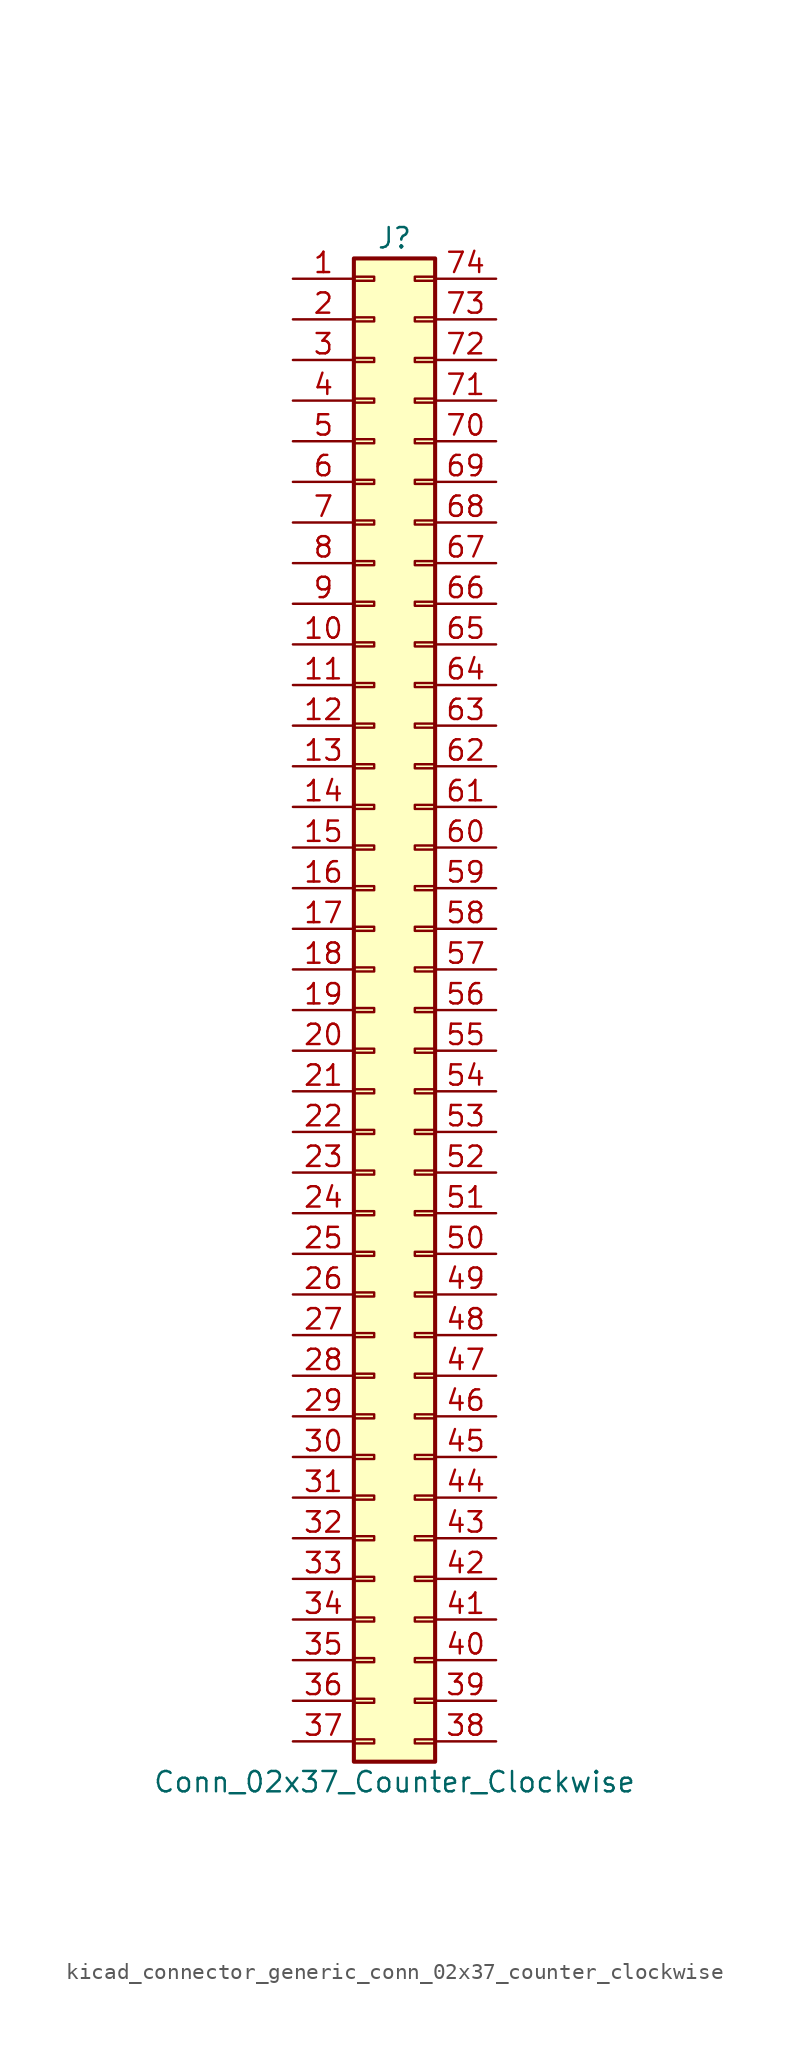
<source format=kicad_sym>
(kicad_symbol_lib
  (version 20220914)
  (generator kicad_symbol_editor)
  (symbol "kicad_connector_generic_conn_02x37_counter_clockwise"
    (pin_names
      (offset 1.016) hide)
    (property "Reference" "J"
      (at 1.27 48.26 0)
      (effects (font (size 1.27 1.27))))
    (property "Value" "Conn_02x37_Counter_Clockwise"
      (at 1.27 -48.26 0)
      (effects (font (size 1.27 1.27))))
    (symbol "kicad_connector_generic_conn_02x37_counter_clockwise_1_1"
      (rectangle (start -1.27 -45.593) (end 0 -45.847) (stroke (width 0.152) (type default)) (fill (type none)))
      (rectangle (start -1.27 -43.053) (end 0 -43.307) (stroke (width 0.152) (type default)) (fill (type none)))
      (rectangle (start -1.27 -40.513) (end 0 -40.767) (stroke (width 0.152) (type default)) (fill (type none)))
      (rectangle (start -1.27 -37.973) (end 0 -38.227) (stroke (width 0.152) (type default)) (fill (type none)))
      (rectangle (start -1.27 -35.433) (end 0 -35.687) (stroke (width 0.152) (type default)) (fill (type none)))
      (rectangle (start -1.27 -32.893) (end 0 -33.147) (stroke (width 0.152) (type default)) (fill (type none)))
      (rectangle (start -1.27 -30.353) (end 0 -30.607) (stroke (width 0.152) (type default)) (fill (type none)))
      (rectangle (start -1.27 -27.813) (end 0 -28.067) (stroke (width 0.152) (type default)) (fill (type none)))
      (rectangle (start -1.27 -25.273) (end 0 -25.527) (stroke (width 0.152) (type default)) (fill (type none)))
      (rectangle (start -1.27 -22.733) (end 0 -22.987) (stroke (width 0.152) (type default)) (fill (type none)))
      (rectangle (start -1.27 -20.193) (end 0 -20.447) (stroke (width 0.152) (type default)) (fill (type none)))
      (rectangle (start -1.27 -17.653) (end 0 -17.907) (stroke (width 0.152) (type default)) (fill (type none)))
      (rectangle (start -1.27 -15.113) (end 0 -15.367) (stroke (width 0.152) (type default)) (fill (type none)))
      (rectangle (start -1.27 -12.573) (end 0 -12.827) (stroke (width 0.152) (type default)) (fill (type none)))
      (rectangle (start -1.27 -10.033) (end 0 -10.287) (stroke (width 0.152) (type default)) (fill (type none)))
      (rectangle (start -1.27 -7.493) (end 0 -7.747) (stroke (width 0.152) (type default)) (fill (type none)))
      (rectangle (start -1.27 -4.953) (end 0 -5.207) (stroke (width 0.152) (type default)) (fill (type none)))
      (rectangle (start -1.27 -2.413) (end 0 -2.667) (stroke (width 0.152) (type default)) (fill (type none)))
      (rectangle (start -1.27 0.127) (end 0 -0.127) (stroke (width 0.152) (type default)) (fill (type none)))
      (rectangle (start -1.27 2.667) (end 0 2.413) (stroke (width 0.152) (type default)) (fill (type none)))
      (rectangle (start -1.27 5.207) (end 0 4.953) (stroke (width 0.152) (type default)) (fill (type none)))
      (rectangle (start -1.27 7.747) (end 0 7.493) (stroke (width 0.152) (type default)) (fill (type none)))
      (rectangle (start -1.27 10.287) (end 0 10.033) (stroke (width 0.152) (type default)) (fill (type none)))
      (rectangle (start -1.27 12.827) (end 0 12.573) (stroke (width 0.152) (type default)) (fill (type none)))
      (rectangle (start -1.27 15.367) (end 0 15.113) (stroke (width 0.152) (type default)) (fill (type none)))
      (rectangle (start -1.27 17.907) (end 0 17.653) (stroke (width 0.152) (type default)) (fill (type none)))
      (rectangle (start -1.27 20.447) (end 0 20.193) (stroke (width 0.152) (type default)) (fill (type none)))
      (rectangle (start -1.27 22.987) (end 0 22.733) (stroke (width 0.152) (type default)) (fill (type none)))
      (rectangle (start -1.27 25.527) (end 0 25.273) (stroke (width 0.152) (type default)) (fill (type none)))
      (rectangle (start -1.27 28.067) (end 0 27.813) (stroke (width 0.152) (type default)) (fill (type none)))
      (rectangle (start -1.27 30.607) (end 0 30.353) (stroke (width 0.152) (type default)) (fill (type none)))
      (rectangle (start -1.27 33.147) (end 0 32.893) (stroke (width 0.152) (type default)) (fill (type none)))
      (rectangle (start -1.27 35.687) (end 0 35.433) (stroke (width 0.152) (type default)) (fill (type none)))
      (rectangle (start -1.27 38.227) (end 0 37.973) (stroke (width 0.152) (type default)) (fill (type none)))
      (rectangle (start -1.27 40.767) (end 0 40.513) (stroke (width 0.152) (type default)) (fill (type none)))
      (rectangle (start -1.27 43.307) (end 0 43.053) (stroke (width 0.152) (type default)) (fill (type none)))
      (rectangle (start -1.27 45.847) (end 0 45.593) (stroke (width 0.152) (type default)) (fill (type none)))
      (rectangle (start -1.27 46.99) (end 3.81 -46.99) (stroke (width 0.254) (type default)) (fill (type background)))
      (rectangle (start 3.81 -45.593) (end 2.54 -45.847) (stroke (width 0.152) (type default)) (fill (type none)))
      (rectangle (start 3.81 -43.053) (end 2.54 -43.307) (stroke (width 0.152) (type default)) (fill (type none)))
      (rectangle (start 3.81 -40.513) (end 2.54 -40.767) (stroke (width 0.152) (type default)) (fill (type none)))
      (rectangle (start 3.81 -37.973) (end 2.54 -38.227) (stroke (width 0.152) (type default)) (fill (type none)))
      (rectangle (start 3.81 -35.433) (end 2.54 -35.687) (stroke (width 0.152) (type default)) (fill (type none)))
      (rectangle (start 3.81 -32.893) (end 2.54 -33.147) (stroke (width 0.152) (type default)) (fill (type none)))
      (rectangle (start 3.81 -30.353) (end 2.54 -30.607) (stroke (width 0.152) (type default)) (fill (type none)))
      (rectangle (start 3.81 -27.813) (end 2.54 -28.067) (stroke (width 0.152) (type default)) (fill (type none)))
      (rectangle (start 3.81 -25.273) (end 2.54 -25.527) (stroke (width 0.152) (type default)) (fill (type none)))
      (rectangle (start 3.81 -22.733) (end 2.54 -22.987) (stroke (width 0.152) (type default)) (fill (type none)))
      (rectangle (start 3.81 -20.193) (end 2.54 -20.447) (stroke (width 0.152) (type default)) (fill (type none)))
      (rectangle (start 3.81 -17.653) (end 2.54 -17.907) (stroke (width 0.152) (type default)) (fill (type none)))
      (rectangle (start 3.81 -15.113) (end 2.54 -15.367) (stroke (width 0.152) (type default)) (fill (type none)))
      (rectangle (start 3.81 -12.573) (end 2.54 -12.827) (stroke (width 0.152) (type default)) (fill (type none)))
      (rectangle (start 3.81 -10.033) (end 2.54 -10.287) (stroke (width 0.152) (type default)) (fill (type none)))
      (rectangle (start 3.81 -7.493) (end 2.54 -7.747) (stroke (width 0.152) (type default)) (fill (type none)))
      (rectangle (start 3.81 -4.953) (end 2.54 -5.207) (stroke (width 0.152) (type default)) (fill (type none)))
      (rectangle (start 3.81 -2.413) (end 2.54 -2.667) (stroke (width 0.152) (type default)) (fill (type none)))
      (rectangle (start 3.81 0.127) (end 2.54 -0.127) (stroke (width 0.152) (type default)) (fill (type none)))
      (rectangle (start 3.81 2.667) (end 2.54 2.413) (stroke (width 0.152) (type default)) (fill (type none)))
      (rectangle (start 3.81 5.207) (end 2.54 4.953) (stroke (width 0.152) (type default)) (fill (type none)))
      (rectangle (start 3.81 7.747) (end 2.54 7.493) (stroke (width 0.152) (type default)) (fill (type none)))
      (rectangle (start 3.81 10.287) (end 2.54 10.033) (stroke (width 0.152) (type default)) (fill (type none)))
      (rectangle (start 3.81 12.827) (end 2.54 12.573) (stroke (width 0.152) (type default)) (fill (type none)))
      (rectangle (start 3.81 15.367) (end 2.54 15.113) (stroke (width 0.152) (type default)) (fill (type none)))
      (rectangle (start 3.81 17.907) (end 2.54 17.653) (stroke (width 0.152) (type default)) (fill (type none)))
      (rectangle (start 3.81 20.447) (end 2.54 20.193) (stroke (width 0.152) (type default)) (fill (type none)))
      (rectangle (start 3.81 22.987) (end 2.54 22.733) (stroke (width 0.152) (type default)) (fill (type none)))
      (rectangle (start 3.81 25.527) (end 2.54 25.273) (stroke (width 0.152) (type default)) (fill (type none)))
      (rectangle (start 3.81 28.067) (end 2.54 27.813) (stroke (width 0.152) (type default)) (fill (type none)))
      (rectangle (start 3.81 30.607) (end 2.54 30.353) (stroke (width 0.152) (type default)) (fill (type none)))
      (rectangle (start 3.81 33.147) (end 2.54 32.893) (stroke (width 0.152) (type default)) (fill (type none)))
      (rectangle (start 3.81 35.687) (end 2.54 35.433) (stroke (width 0.152) (type default)) (fill (type none)))
      (rectangle (start 3.81 38.227) (end 2.54 37.973) (stroke (width 0.152) (type default)) (fill (type none)))
      (rectangle (start 3.81 40.767) (end 2.54 40.513) (stroke (width 0.152) (type default)) (fill (type none)))
      (rectangle (start 3.81 43.307) (end 2.54 43.053) (stroke (width 0.152) (type default)) (fill (type none)))
      (rectangle (start 3.81 45.847) (end 2.54 45.593) (stroke (width 0.152) (type default)) (fill (type none)))
      (pin passive line (at -5.08 45.72 0) (length 3.81) (name "Pin_1" (effects (font (size 1.27 1.27)))) (number "1" (effects (font (size 1.27 1.27)))))
      (pin passive line (at -5.08 22.86 0) (length 3.81) (name "Pin_10" (effects (font (size 1.27 1.27)))) (number "10" (effects (font (size 1.27 1.27)))))
      (pin passive line (at -5.08 20.32 0) (length 3.81) (name "Pin_11" (effects (font (size 1.27 1.27)))) (number "11" (effects (font (size 1.27 1.27)))))
      (pin passive line (at -5.08 17.78 0) (length 3.81) (name "Pin_12" (effects (font (size 1.27 1.27)))) (number "12" (effects (font (size 1.27 1.27)))))
      (pin passive line (at -5.08 15.24 0) (length 3.81) (name "Pin_13" (effects (font (size 1.27 1.27)))) (number "13" (effects (font (size 1.27 1.27)))))
      (pin passive line (at -5.08 12.7 0) (length 3.81) (name "Pin_14" (effects (font (size 1.27 1.27)))) (number "14" (effects (font (size 1.27 1.27)))))
      (pin passive line (at -5.08 10.16 0) (length 3.81) (name "Pin_15" (effects (font (size 1.27 1.27)))) (number "15" (effects (font (size 1.27 1.27)))))
      (pin passive line (at -5.08 7.62 0) (length 3.81) (name "Pin_16" (effects (font (size 1.27 1.27)))) (number "16" (effects (font (size 1.27 1.27)))))
      (pin passive line (at -5.08 5.08 0) (length 3.81) (name "Pin_17" (effects (font (size 1.27 1.27)))) (number "17" (effects (font (size 1.27 1.27)))))
      (pin passive line (at -5.08 2.54 0) (length 3.81) (name "Pin_18" (effects (font (size 1.27 1.27)))) (number "18" (effects (font (size 1.27 1.27)))))
      (pin passive line (at -5.08 0 0) (length 3.81) (name "Pin_19" (effects (font (size 1.27 1.27)))) (number "19" (effects (font (size 1.27 1.27)))))
      (pin passive line (at -5.08 43.18 0) (length 3.81) (name "Pin_2" (effects (font (size 1.27 1.27)))) (number "2" (effects (font (size 1.27 1.27)))))
      (pin passive line (at -5.08 -2.54 0) (length 3.81) (name "Pin_20" (effects (font (size 1.27 1.27)))) (number "20" (effects (font (size 1.27 1.27)))))
      (pin passive line (at -5.08 -5.08 0) (length 3.81) (name "Pin_21" (effects (font (size 1.27 1.27)))) (number "21" (effects (font (size 1.27 1.27)))))
      (pin passive line (at -5.08 -7.62 0) (length 3.81) (name "Pin_22" (effects (font (size 1.27 1.27)))) (number "22" (effects (font (size 1.27 1.27)))))
      (pin passive line (at -5.08 -10.16 0) (length 3.81) (name "Pin_23" (effects (font (size 1.27 1.27)))) (number "23" (effects (font (size 1.27 1.27)))))
      (pin passive line (at -5.08 -12.7 0) (length 3.81) (name "Pin_24" (effects (font (size 1.27 1.27)))) (number "24" (effects (font (size 1.27 1.27)))))
      (pin passive line (at -5.08 -15.24 0) (length 3.81) (name "Pin_25" (effects (font (size 1.27 1.27)))) (number "25" (effects (font (size 1.27 1.27)))))
      (pin passive line (at -5.08 -17.78 0) (length 3.81) (name "Pin_26" (effects (font (size 1.27 1.27)))) (number "26" (effects (font (size 1.27 1.27)))))
      (pin passive line (at -5.08 -20.32 0) (length 3.81) (name "Pin_27" (effects (font (size 1.27 1.27)))) (number "27" (effects (font (size 1.27 1.27)))))
      (pin passive line (at -5.08 -22.86 0) (length 3.81) (name "Pin_28" (effects (font (size 1.27 1.27)))) (number "28" (effects (font (size 1.27 1.27)))))
      (pin passive line (at -5.08 -25.4 0) (length 3.81) (name "Pin_29" (effects (font (size 1.27 1.27)))) (number "29" (effects (font (size 1.27 1.27)))))
      (pin passive line (at -5.08 40.64 0) (length 3.81) (name "Pin_3" (effects (font (size 1.27 1.27)))) (number "3" (effects (font (size 1.27 1.27)))))
      (pin passive line (at -5.08 -27.94 0) (length 3.81) (name "Pin_30" (effects (font (size 1.27 1.27)))) (number "30" (effects (font (size 1.27 1.27)))))
      (pin passive line (at -5.08 -30.48 0) (length 3.81) (name "Pin_31" (effects (font (size 1.27 1.27)))) (number "31" (effects (font (size 1.27 1.27)))))
      (pin passive line (at -5.08 -33.02 0) (length 3.81) (name "Pin_32" (effects (font (size 1.27 1.27)))) (number "32" (effects (font (size 1.27 1.27)))))
      (pin passive line (at -5.08 -35.56 0) (length 3.81) (name "Pin_33" (effects (font (size 1.27 1.27)))) (number "33" (effects (font (size 1.27 1.27)))))
      (pin passive line (at -5.08 -38.1 0) (length 3.81) (name "Pin_34" (effects (font (size 1.27 1.27)))) (number "34" (effects (font (size 1.27 1.27)))))
      (pin passive line (at -5.08 -40.64 0) (length 3.81) (name "Pin_35" (effects (font (size 1.27 1.27)))) (number "35" (effects (font (size 1.27 1.27)))))
      (pin passive line (at -5.08 -43.18 0) (length 3.81) (name "Pin_36" (effects (font (size 1.27 1.27)))) (number "36" (effects (font (size 1.27 1.27)))))
      (pin passive line (at -5.08 -45.72 0) (length 3.81) (name "Pin_37" (effects (font (size 1.27 1.27)))) (number "37" (effects (font (size 1.27 1.27)))))
      (pin passive line (at 7.62 -45.72 180) (length 3.81) (name "Pin_38" (effects (font (size 1.27 1.27)))) (number "38" (effects (font (size 1.27 1.27)))))
      (pin passive line (at 7.62 -43.18 180) (length 3.81) (name "Pin_39" (effects (font (size 1.27 1.27)))) (number "39" (effects (font (size 1.27 1.27)))))
      (pin passive line (at -5.08 38.1 0) (length 3.81) (name "Pin_4" (effects (font (size 1.27 1.27)))) (number "4" (effects (font (size 1.27 1.27)))))
      (pin passive line (at 7.62 -40.64 180) (length 3.81) (name "Pin_40" (effects (font (size 1.27 1.27)))) (number "40" (effects (font (size 1.27 1.27)))))
      (pin passive line (at 7.62 -38.1 180) (length 3.81) (name "Pin_41" (effects (font (size 1.27 1.27)))) (number "41" (effects (font (size 1.27 1.27)))))
      (pin passive line (at 7.62 -35.56 180) (length 3.81) (name "Pin_42" (effects (font (size 1.27 1.27)))) (number "42" (effects (font (size 1.27 1.27)))))
      (pin passive line (at 7.62 -33.02 180) (length 3.81) (name "Pin_43" (effects (font (size 1.27 1.27)))) (number "43" (effects (font (size 1.27 1.27)))))
      (pin passive line (at 7.62 -30.48 180) (length 3.81) (name "Pin_44" (effects (font (size 1.27 1.27)))) (number "44" (effects (font (size 1.27 1.27)))))
      (pin passive line (at 7.62 -27.94 180) (length 3.81) (name "Pin_45" (effects (font (size 1.27 1.27)))) (number "45" (effects (font (size 1.27 1.27)))))
      (pin passive line (at 7.62 -25.4 180) (length 3.81) (name "Pin_46" (effects (font (size 1.27 1.27)))) (number "46" (effects (font (size 1.27 1.27)))))
      (pin passive line (at 7.62 -22.86 180) (length 3.81) (name "Pin_47" (effects (font (size 1.27 1.27)))) (number "47" (effects (font (size 1.27 1.27)))))
      (pin passive line (at 7.62 -20.32 180) (length 3.81) (name "Pin_48" (effects (font (size 1.27 1.27)))) (number "48" (effects (font (size 1.27 1.27)))))
      (pin passive line (at 7.62 -17.78 180) (length 3.81) (name "Pin_49" (effects (font (size 1.27 1.27)))) (number "49" (effects (font (size 1.27 1.27)))))
      (pin passive line (at -5.08 35.56 0) (length 3.81) (name "Pin_5" (effects (font (size 1.27 1.27)))) (number "5" (effects (font (size 1.27 1.27)))))
      (pin passive line (at 7.62 -15.24 180) (length 3.81) (name "Pin_50" (effects (font (size 1.27 1.27)))) (number "50" (effects (font (size 1.27 1.27)))))
      (pin passive line (at 7.62 -12.7 180) (length 3.81) (name "Pin_51" (effects (font (size 1.27 1.27)))) (number "51" (effects (font (size 1.27 1.27)))))
      (pin passive line (at 7.62 -10.16 180) (length 3.81) (name "Pin_52" (effects (font (size 1.27 1.27)))) (number "52" (effects (font (size 1.27 1.27)))))
      (pin passive line (at 7.62 -7.62 180) (length 3.81) (name "Pin_53" (effects (font (size 1.27 1.27)))) (number "53" (effects (font (size 1.27 1.27)))))
      (pin passive line (at 7.62 -5.08 180) (length 3.81) (name "Pin_54" (effects (font (size 1.27 1.27)))) (number "54" (effects (font (size 1.27 1.27)))))
      (pin passive line (at 7.62 -2.54 180) (length 3.81) (name "Pin_55" (effects (font (size 1.27 1.27)))) (number "55" (effects (font (size 1.27 1.27)))))
      (pin passive line (at 7.62 0 180) (length 3.81) (name "Pin_56" (effects (font (size 1.27 1.27)))) (number "56" (effects (font (size 1.27 1.27)))))
      (pin passive line (at 7.62 2.54 180) (length 3.81) (name "Pin_57" (effects (font (size 1.27 1.27)))) (number "57" (effects (font (size 1.27 1.27)))))
      (pin passive line (at 7.62 5.08 180) (length 3.81) (name "Pin_58" (effects (font (size 1.27 1.27)))) (number "58" (effects (font (size 1.27 1.27)))))
      (pin passive line (at 7.62 7.62 180) (length 3.81) (name "Pin_59" (effects (font (size 1.27 1.27)))) (number "59" (effects (font (size 1.27 1.27)))))
      (pin passive line (at -5.08 33.02 0) (length 3.81) (name "Pin_6" (effects (font (size 1.27 1.27)))) (number "6" (effects (font (size 1.27 1.27)))))
      (pin passive line (at 7.62 10.16 180) (length 3.81) (name "Pin_60" (effects (font (size 1.27 1.27)))) (number "60" (effects (font (size 1.27 1.27)))))
      (pin passive line (at 7.62 12.7 180) (length 3.81) (name "Pin_61" (effects (font (size 1.27 1.27)))) (number "61" (effects (font (size 1.27 1.27)))))
      (pin passive line (at 7.62 15.24 180) (length 3.81) (name "Pin_62" (effects (font (size 1.27 1.27)))) (number "62" (effects (font (size 1.27 1.27)))))
      (pin passive line (at 7.62 17.78 180) (length 3.81) (name "Pin_63" (effects (font (size 1.27 1.27)))) (number "63" (effects (font (size 1.27 1.27)))))
      (pin passive line (at 7.62 20.32 180) (length 3.81) (name "Pin_64" (effects (font (size 1.27 1.27)))) (number "64" (effects (font (size 1.27 1.27)))))
      (pin passive line (at 7.62 22.86 180) (length 3.81) (name "Pin_65" (effects (font (size 1.27 1.27)))) (number "65" (effects (font (size 1.27 1.27)))))
      (pin passive line (at 7.62 25.4 180) (length 3.81) (name "Pin_66" (effects (font (size 1.27 1.27)))) (number "66" (effects (font (size 1.27 1.27)))))
      (pin passive line (at 7.62 27.94 180) (length 3.81) (name "Pin_67" (effects (font (size 1.27 1.27)))) (number "67" (effects (font (size 1.27 1.27)))))
      (pin passive line (at 7.62 30.48 180) (length 3.81) (name "Pin_68" (effects (font (size 1.27 1.27)))) (number "68" (effects (font (size 1.27 1.27)))))
      (pin passive line (at 7.62 33.02 180) (length 3.81) (name "Pin_69" (effects (font (size 1.27 1.27)))) (number "69" (effects (font (size 1.27 1.27)))))
      (pin passive line (at -5.08 30.48 0) (length 3.81) (name "Pin_7" (effects (font (size 1.27 1.27)))) (number "7" (effects (font (size 1.27 1.27)))))
      (pin passive line (at 7.62 35.56 180) (length 3.81) (name "Pin_70" (effects (font (size 1.27 1.27)))) (number "70" (effects (font (size 1.27 1.27)))))
      (pin passive line (at 7.62 38.1 180) (length 3.81) (name "Pin_71" (effects (font (size 1.27 1.27)))) (number "71" (effects (font (size 1.27 1.27)))))
      (pin passive line (at 7.62 40.64 180) (length 3.81) (name "Pin_72" (effects (font (size 1.27 1.27)))) (number "72" (effects (font (size 1.27 1.27)))))
      (pin passive line (at 7.62 43.18 180) (length 3.81) (name "Pin_73" (effects (font (size 1.27 1.27)))) (number "73" (effects (font (size 1.27 1.27)))))
      (pin passive line (at 7.62 45.72 180) (length 3.81) (name "Pin_74" (effects (font (size 1.27 1.27)))) (number "74" (effects (font (size 1.27 1.27)))))
      (pin passive line (at -5.08 27.94 0) (length 3.81) (name "Pin_8" (effects (font (size 1.27 1.27)))) (number "8" (effects (font (size 1.27 1.27)))))
      (pin passive line (at -5.08 25.4 0) (length 3.81) (name "Pin_9" (effects (font (size 1.27 1.27)))) (number "9" (effects (font (size 1.27 1.27))))))))
</source>
